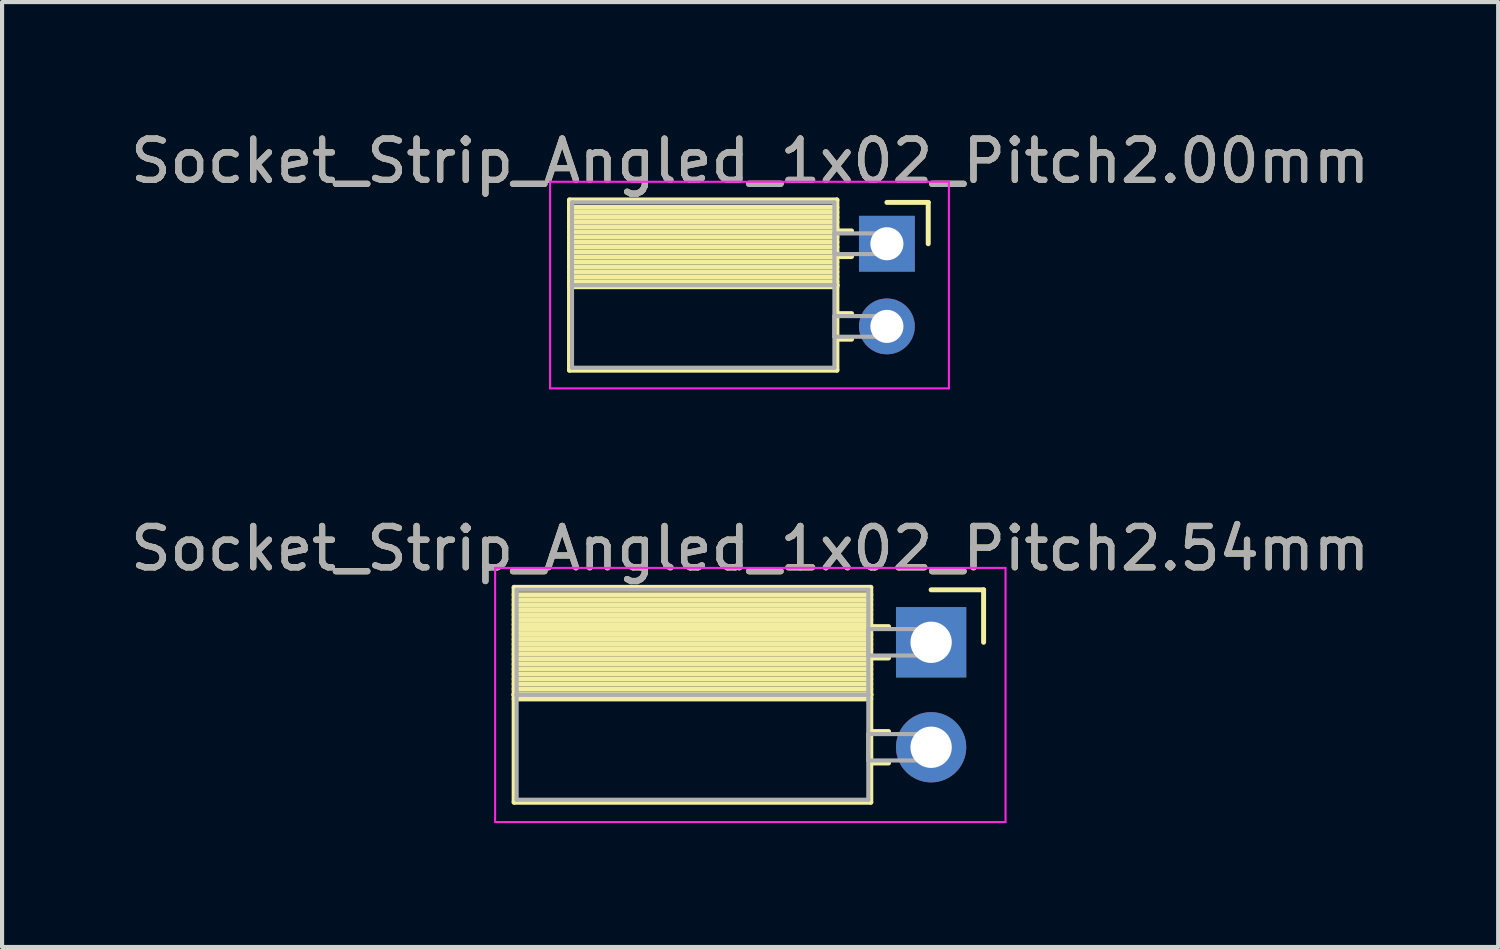
<source format=kicad_pcb>
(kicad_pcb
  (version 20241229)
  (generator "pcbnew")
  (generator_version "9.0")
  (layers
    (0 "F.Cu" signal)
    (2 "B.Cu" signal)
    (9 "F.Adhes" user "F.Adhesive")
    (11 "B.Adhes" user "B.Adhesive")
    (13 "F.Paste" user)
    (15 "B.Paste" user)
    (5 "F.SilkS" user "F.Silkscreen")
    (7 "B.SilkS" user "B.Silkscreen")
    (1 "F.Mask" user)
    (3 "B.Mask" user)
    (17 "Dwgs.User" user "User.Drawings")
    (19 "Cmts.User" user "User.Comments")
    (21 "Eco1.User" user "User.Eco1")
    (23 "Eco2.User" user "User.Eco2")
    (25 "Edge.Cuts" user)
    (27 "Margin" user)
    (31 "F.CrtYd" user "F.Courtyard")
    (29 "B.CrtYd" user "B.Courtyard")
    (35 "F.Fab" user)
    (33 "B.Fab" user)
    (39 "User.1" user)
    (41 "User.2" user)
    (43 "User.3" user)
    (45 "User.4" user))
  (footprint "Socket_Strip_Angled_1x02_Pitch2.00mm"
    (layer "F.Cu")
    (at 18.411 2.848)
    (property "Reference" "Socket_Strip_Angled_1x02_Pitch2.00mm" (at -3.31 -2 0) (layer "F.SilkS") (effects (font (size 1 1) (thickness 0.15))))
    (attr through_hole)
    (fp_line (start -7.68 -1.06) (end -1.21 -1.06) (stroke (width 0.12) (type solid)) (layer "F.SilkS"))
    (fp_line (start -7.68 1) (end -7.68 -1.06) (stroke (width 0.12) (type solid)) (layer "F.SilkS"))
    (fp_line (start -7.68 1) (end -1.21 1) (stroke (width 0.12) (type solid)) (layer "F.SilkS"))
    (fp_line (start -7.68 3.06) (end -7.68 1) (stroke (width 0.12) (type solid)) (layer "F.SilkS"))
    (fp_line (start -1.21 -1.06) (end -1.21 1) (stroke (width 0.12) (type solid)) (layer "F.SilkS"))
    (fp_line (start -1.21 -0.88) (end -7.68 -0.88) (stroke (width 0.12) (type solid)) (layer "F.SilkS"))
    (fp_line (start -1.21 -0.76) (end -7.68 -0.76) (stroke (width 0.12) (type solid)) (layer "F.SilkS"))
    (fp_line (start -1.21 -0.64) (end -7.68 -0.64) (stroke (width 0.12) (type solid)) (layer "F.SilkS"))
    (fp_line (start -1.21 -0.52) (end -7.68 -0.52) (stroke (width 0.12) (type solid)) (layer "F.SilkS"))
    (fp_line (start -1.21 -0.4) (end -7.68 -0.4) (stroke (width 0.12) (type solid)) (layer "F.SilkS"))
    (fp_line (start -1.21 -0.28) (end -7.68 -0.28) (stroke (width 0.12) (type solid)) (layer "F.SilkS"))
    (fp_line (start -1.21 -0.16) (end -7.68 -0.16) (stroke (width 0.12) (type solid)) (layer "F.SilkS"))
    (fp_line (start -1.21 -0.04) (end -7.68 -0.04) (stroke (width 0.12) (type solid)) (layer "F.SilkS"))
    (fp_line (start -1.21 0.08) (end -7.68 0.08) (stroke (width 0.12) (type solid)) (layer "F.SilkS"))
    (fp_line (start -1.21 0.2) (end -7.68 0.2) (stroke (width 0.12) (type solid)) (layer "F.SilkS"))
    (fp_line (start -1.21 0.32) (end -7.68 0.32) (stroke (width 0.12) (type solid)) (layer "F.SilkS"))
    (fp_line (start -1.21 0.44) (end -7.68 0.44) (stroke (width 0.12) (type solid)) (layer "F.SilkS"))
    (fp_line (start -1.21 0.56) (end -7.68 0.56) (stroke (width 0.12) (type solid)) (layer "F.SilkS"))
    (fp_line (start -1.21 0.68) (end -7.68 0.68) (stroke (width 0.12) (type solid)) (layer "F.SilkS"))
    (fp_line (start -1.21 0.8) (end -7.68 0.8) (stroke (width 0.12) (type solid)) (layer "F.SilkS"))
    (fp_line (start -1.21 0.92) (end -7.68 0.92) (stroke (width 0.12) (type solid)) (layer "F.SilkS"))
    (fp_line (start -1.21 1) (end -7.68 1) (stroke (width 0.12) (type solid)) (layer "F.SilkS"))
    (fp_line (start -1.21 1) (end -1.21 3.06) (stroke (width 0.12) (type solid)) (layer "F.SilkS"))
    (fp_line (start -1.21 1.04) (end -7.68 1.04) (stroke (width 0.12) (type solid)) (layer "F.SilkS"))
    (fp_line (start -1.21 3.06) (end -7.68 3.06) (stroke (width 0.12) (type solid)) (layer "F.SilkS"))
    (fp_line (start -0.855 -0.31) (end -1.21 -0.31) (stroke (width 0.12) (type solid)) (layer "F.SilkS"))
    (fp_line (start -0.855 0.31) (end -1.21 0.31) (stroke (width 0.12) (type solid)) (layer "F.SilkS"))
    (fp_line (start -0.855 1.69) (end -1.21 1.69) (stroke (width 0.12) (type solid)) (layer "F.SilkS"))
    (fp_line (start -0.855 2.31) (end -1.21 2.31) (stroke (width 0.12) (type solid)) (layer "F.SilkS"))
    (fp_line (start 0 -1) (end 1 -1) (stroke (width 0.12) (type solid)) (layer "F.SilkS"))
    (fp_line (start 1 -1) (end 1 0) (stroke (width 0.12) (type solid)) (layer "F.SilkS"))
    (fp_line (start -8.15 -1.5) (end 1.5 -1.5) (stroke (width 0.05) (type solid)) (layer "F.CrtYd"))
    (fp_line (start -8.15 3.5) (end -8.15 -1.5) (stroke (width 0.05) (type solid)) (layer "F.CrtYd"))
    (fp_line (start 1.5 -1.5) (end 1.5 3.5) (stroke (width 0.05) (type solid)) (layer "F.CrtYd"))
    (fp_line (start 1.5 3.5) (end -8.15 3.5) (stroke (width 0.05) (type solid)) (layer "F.CrtYd"))
    (fp_line (start -7.62 -1) (end -1.27 -1) (stroke (width 0.1) (type solid)) (layer "F.Fab"))
    (fp_line (start -7.62 1) (end -7.62 -1) (stroke (width 0.1) (type solid)) (layer "F.Fab"))
    (fp_line (start -7.62 1) (end -1.27 1) (stroke (width 0.1) (type solid)) (layer "F.Fab"))
    (fp_line (start -7.62 3) (end -7.62 1) (stroke (width 0.1) (type solid)) (layer "F.Fab"))
    (fp_line (start -1.27 -1) (end -1.27 1) (stroke (width 0.1) (type solid)) (layer "F.Fab"))
    (fp_line (start -1.27 -0.25) (end 0 -0.25) (stroke (width 0.1) (type solid)) (layer "F.Fab"))
    (fp_line (start -1.27 0.25) (end -1.27 -0.25) (stroke (width 0.1) (type solid)) (layer "F.Fab"))
    (fp_line (start -1.27 1) (end -7.62 1) (stroke (width 0.1) (type solid)) (layer "F.Fab"))
    (fp_line (start -1.27 1) (end -1.27 3) (stroke (width 0.1) (type solid)) (layer "F.Fab"))
    (fp_line (start -1.27 1.75) (end 0 1.75) (stroke (width 0.1) (type solid)) (layer "F.Fab"))
    (fp_line (start -1.27 2.25) (end -1.27 1.75) (stroke (width 0.1) (type solid)) (layer "F.Fab"))
    (fp_line (start -1.27 3) (end -7.62 3) (stroke (width 0.1) (type solid)) (layer "F.Fab"))
    (fp_line (start 0 -0.25) (end 0 0.25) (stroke (width 0.1) (type solid)) (layer "F.Fab"))
    (fp_line (start 0 0.25) (end -1.27 0.25) (stroke (width 0.1) (type solid)) (layer "F.Fab"))
    (fp_line (start 0 1.75) (end 0 2.25) (stroke (width 0.1) (type solid)) (layer "F.Fab"))
    (fp_line (start 0 2.25) (end -1.27 2.25) (stroke (width 0.1) (type solid)) (layer "F.Fab"))
    (fp_text user "${REFERENCE}" (at -3.31 -2 0) (layer "F.Fab") (effects (font (size 1 1) (thickness 0.15))))
    (pad "1" thru_hole rect (at 0 0) (size 1.35 1.35) (drill 0.8) (layers "*.Cu" "*.Mask"))
    (pad "2" thru_hole oval (at 0 2) (size 1.35 1.35) (drill 0.8) (layers "*.Cu" "*.Mask")))
  (footprint "Socket_Strip_Angled_1x02_Pitch2.54mm"
    (layer "F.Cu")
    (at 19.481 12.492)
    (property "Reference" "Socket_Strip_Angled_1x02_Pitch2.54mm" (at -4.38 -2.27 0) (layer "F.SilkS") (effects (font (size 1 1) (thickness 0.15))))
    (attr through_hole)
    (fp_line (start -10.09 -1.33) (end -1.46 -1.33) (stroke (width 0.12) (type solid)) (layer "F.SilkS"))
    (fp_line (start -10.09 1.27) (end -10.09 -1.33) (stroke (width 0.12) (type solid)) (layer "F.SilkS"))
    (fp_line (start -10.09 1.27) (end -1.46 1.27) (stroke (width 0.12) (type solid)) (layer "F.SilkS"))
    (fp_line (start -10.09 3.87) (end -10.09 1.27) (stroke (width 0.12) (type solid)) (layer "F.SilkS"))
    (fp_line (start -1.46 -1.33) (end -1.46 1.27) (stroke (width 0.12) (type solid)) (layer "F.SilkS"))
    (fp_line (start -1.46 -1.15) (end -10.09 -1.15) (stroke (width 0.12) (type solid)) (layer "F.SilkS"))
    (fp_line (start -1.46 -1.03) (end -10.09 -1.03) (stroke (width 0.12) (type solid)) (layer "F.SilkS"))
    (fp_line (start -1.46 -0.91) (end -10.09 -0.91) (stroke (width 0.12) (type solid)) (layer "F.SilkS"))
    (fp_line (start -1.46 -0.79) (end -10.09 -0.79) (stroke (width 0.12) (type solid)) (layer "F.SilkS"))
    (fp_line (start -1.46 -0.67) (end -10.09 -0.67) (stroke (width 0.12) (type solid)) (layer "F.SilkS"))
    (fp_line (start -1.46 -0.55) (end -10.09 -0.55) (stroke (width 0.12) (type solid)) (layer "F.SilkS"))
    (fp_line (start -1.46 -0.43) (end -10.09 -0.43) (stroke (width 0.12) (type solid)) (layer "F.SilkS"))
    (fp_line (start -1.46 -0.31) (end -10.09 -0.31) (stroke (width 0.12) (type solid)) (layer "F.SilkS"))
    (fp_line (start -1.46 -0.19) (end -10.09 -0.19) (stroke (width 0.12) (type solid)) (layer "F.SilkS"))
    (fp_line (start -1.46 -0.07) (end -10.09 -0.07) (stroke (width 0.12) (type solid)) (layer "F.SilkS"))
    (fp_line (start -1.46 0.05) (end -10.09 0.05) (stroke (width 0.12) (type solid)) (layer "F.SilkS"))
    (fp_line (start -1.46 0.17) (end -10.09 0.17) (stroke (width 0.12) (type solid)) (layer "F.SilkS"))
    (fp_line (start -1.46 0.29) (end -10.09 0.29) (stroke (width 0.12) (type solid)) (layer "F.SilkS"))
    (fp_line (start -1.46 0.41) (end -10.09 0.41) (stroke (width 0.12) (type solid)) (layer "F.SilkS"))
    (fp_line (start -1.46 0.53) (end -10.09 0.53) (stroke (width 0.12) (type solid)) (layer "F.SilkS"))
    (fp_line (start -1.46 0.65) (end -10.09 0.65) (stroke (width 0.12) (type solid)) (layer "F.SilkS"))
    (fp_line (start -1.46 0.77) (end -10.09 0.77) (stroke (width 0.12) (type solid)) (layer "F.SilkS"))
    (fp_line (start -1.46 0.89) (end -10.09 0.89) (stroke (width 0.12) (type solid)) (layer "F.SilkS"))
    (fp_line (start -1.46 1.01) (end -10.09 1.01) (stroke (width 0.12) (type solid)) (layer "F.SilkS"))
    (fp_line (start -1.46 1.13) (end -10.09 1.13) (stroke (width 0.12) (type solid)) (layer "F.SilkS"))
    (fp_line (start -1.46 1.25) (end -10.09 1.25) (stroke (width 0.12) (type solid)) (layer "F.SilkS"))
    (fp_line (start -1.46 1.27) (end -10.09 1.27) (stroke (width 0.12) (type solid)) (layer "F.SilkS"))
    (fp_line (start -1.46 1.27) (end -1.46 3.87) (stroke (width 0.12) (type solid)) (layer "F.SilkS"))
    (fp_line (start -1.46 1.37) (end -10.09 1.37) (stroke (width 0.12) (type solid)) (layer "F.SilkS"))
    (fp_line (start -1.46 3.87) (end -10.09 3.87) (stroke (width 0.12) (type solid)) (layer "F.SilkS"))
    (fp_line (start -1.03 -0.38) (end -1.46 -0.38) (stroke (width 0.12) (type solid)) (layer "F.SilkS"))
    (fp_line (start -1.03 0.38) (end -1.46 0.38) (stroke (width 0.12) (type solid)) (layer "F.SilkS"))
    (fp_line (start -1.03 2.16) (end -1.46 2.16) (stroke (width 0.12) (type solid)) (layer "F.SilkS"))
    (fp_line (start -1.03 2.92) (end -1.46 2.92) (stroke (width 0.12) (type solid)) (layer "F.SilkS"))
    (fp_line (start 0 -1.27) (end 1.27 -1.27) (stroke (width 0.12) (type solid)) (layer "F.SilkS"))
    (fp_line (start 1.27 -1.27) (end 1.27 0) (stroke (width 0.12) (type solid)) (layer "F.SilkS"))
    (fp_line (start -10.55 -1.8) (end 1.8 -1.8) (stroke (width 0.05) (type solid)) (layer "F.CrtYd"))
    (fp_line (start -10.55 4.35) (end -10.55 -1.8) (stroke (width 0.05) (type solid)) (layer "F.CrtYd"))
    (fp_line (start 1.8 -1.8) (end 1.8 4.35) (stroke (width 0.05) (type solid)) (layer "F.CrtYd"))
    (fp_line (start 1.8 4.35) (end -10.55 4.35) (stroke (width 0.05) (type solid)) (layer "F.CrtYd"))
    (fp_line (start -10.03 -1.27) (end -1.52 -1.27) (stroke (width 0.1) (type solid)) (layer "F.Fab"))
    (fp_line (start -10.03 1.27) (end -10.03 -1.27) (stroke (width 0.1) (type solid)) (layer "F.Fab"))
    (fp_line (start -10.03 1.27) (end -1.52 1.27) (stroke (width 0.1) (type solid)) (layer "F.Fab"))
    (fp_line (start -10.03 3.81) (end -10.03 1.27) (stroke (width 0.1) (type solid)) (layer "F.Fab"))
    (fp_line (start -1.52 -1.27) (end -1.52 1.27) (stroke (width 0.1) (type solid)) (layer "F.Fab"))
    (fp_line (start -1.52 -0.32) (end 0 -0.32) (stroke (width 0.1) (type solid)) (layer "F.Fab"))
    (fp_line (start -1.52 0.32) (end -1.52 -0.32) (stroke (width 0.1) (type solid)) (layer "F.Fab"))
    (fp_line (start -1.52 1.27) (end -10.03 1.27) (stroke (width 0.1) (type solid)) (layer "F.Fab"))
    (fp_line (start -1.52 1.27) (end -1.52 3.81) (stroke (width 0.1) (type solid)) (layer "F.Fab"))
    (fp_line (start -1.52 2.22) (end 0 2.22) (stroke (width 0.1) (type solid)) (layer "F.Fab"))
    (fp_line (start -1.52 2.86) (end -1.52 2.22) (stroke (width 0.1) (type solid)) (layer "F.Fab"))
    (fp_line (start -1.52 3.81) (end -10.03 3.81) (stroke (width 0.1) (type solid)) (layer "F.Fab"))
    (fp_line (start 0 -0.32) (end 0 0.32) (stroke (width 0.1) (type solid)) (layer "F.Fab"))
    (fp_line (start 0 0.32) (end -1.52 0.32) (stroke (width 0.1) (type solid)) (layer "F.Fab"))
    (fp_line (start 0 2.22) (end 0 2.86) (stroke (width 0.1) (type solid)) (layer "F.Fab"))
    (fp_line (start 0 2.86) (end -1.52 2.86) (stroke (width 0.1) (type solid)) (layer "F.Fab"))
    (fp_text user "${REFERENCE}" (at -4.38 -2.27 0) (layer "F.Fab") (effects (font (size 1 1) (thickness 0.15))))
    (pad "1" thru_hole rect (at 0 0) (size 1.7 1.7) (drill 1) (layers "*.Cu" "*.Mask"))
    (pad "2" thru_hole oval (at 0 2.54) (size 1.7 1.7) (drill 1) (layers "*.Cu" "*.Mask")))
  (gr_rect
    (start -3 -3)
    (end 33.202 19.866)
    (stroke (width 0.1) (type default))
    (fill no)
    (layer "Edge.Cuts")))
</source>
